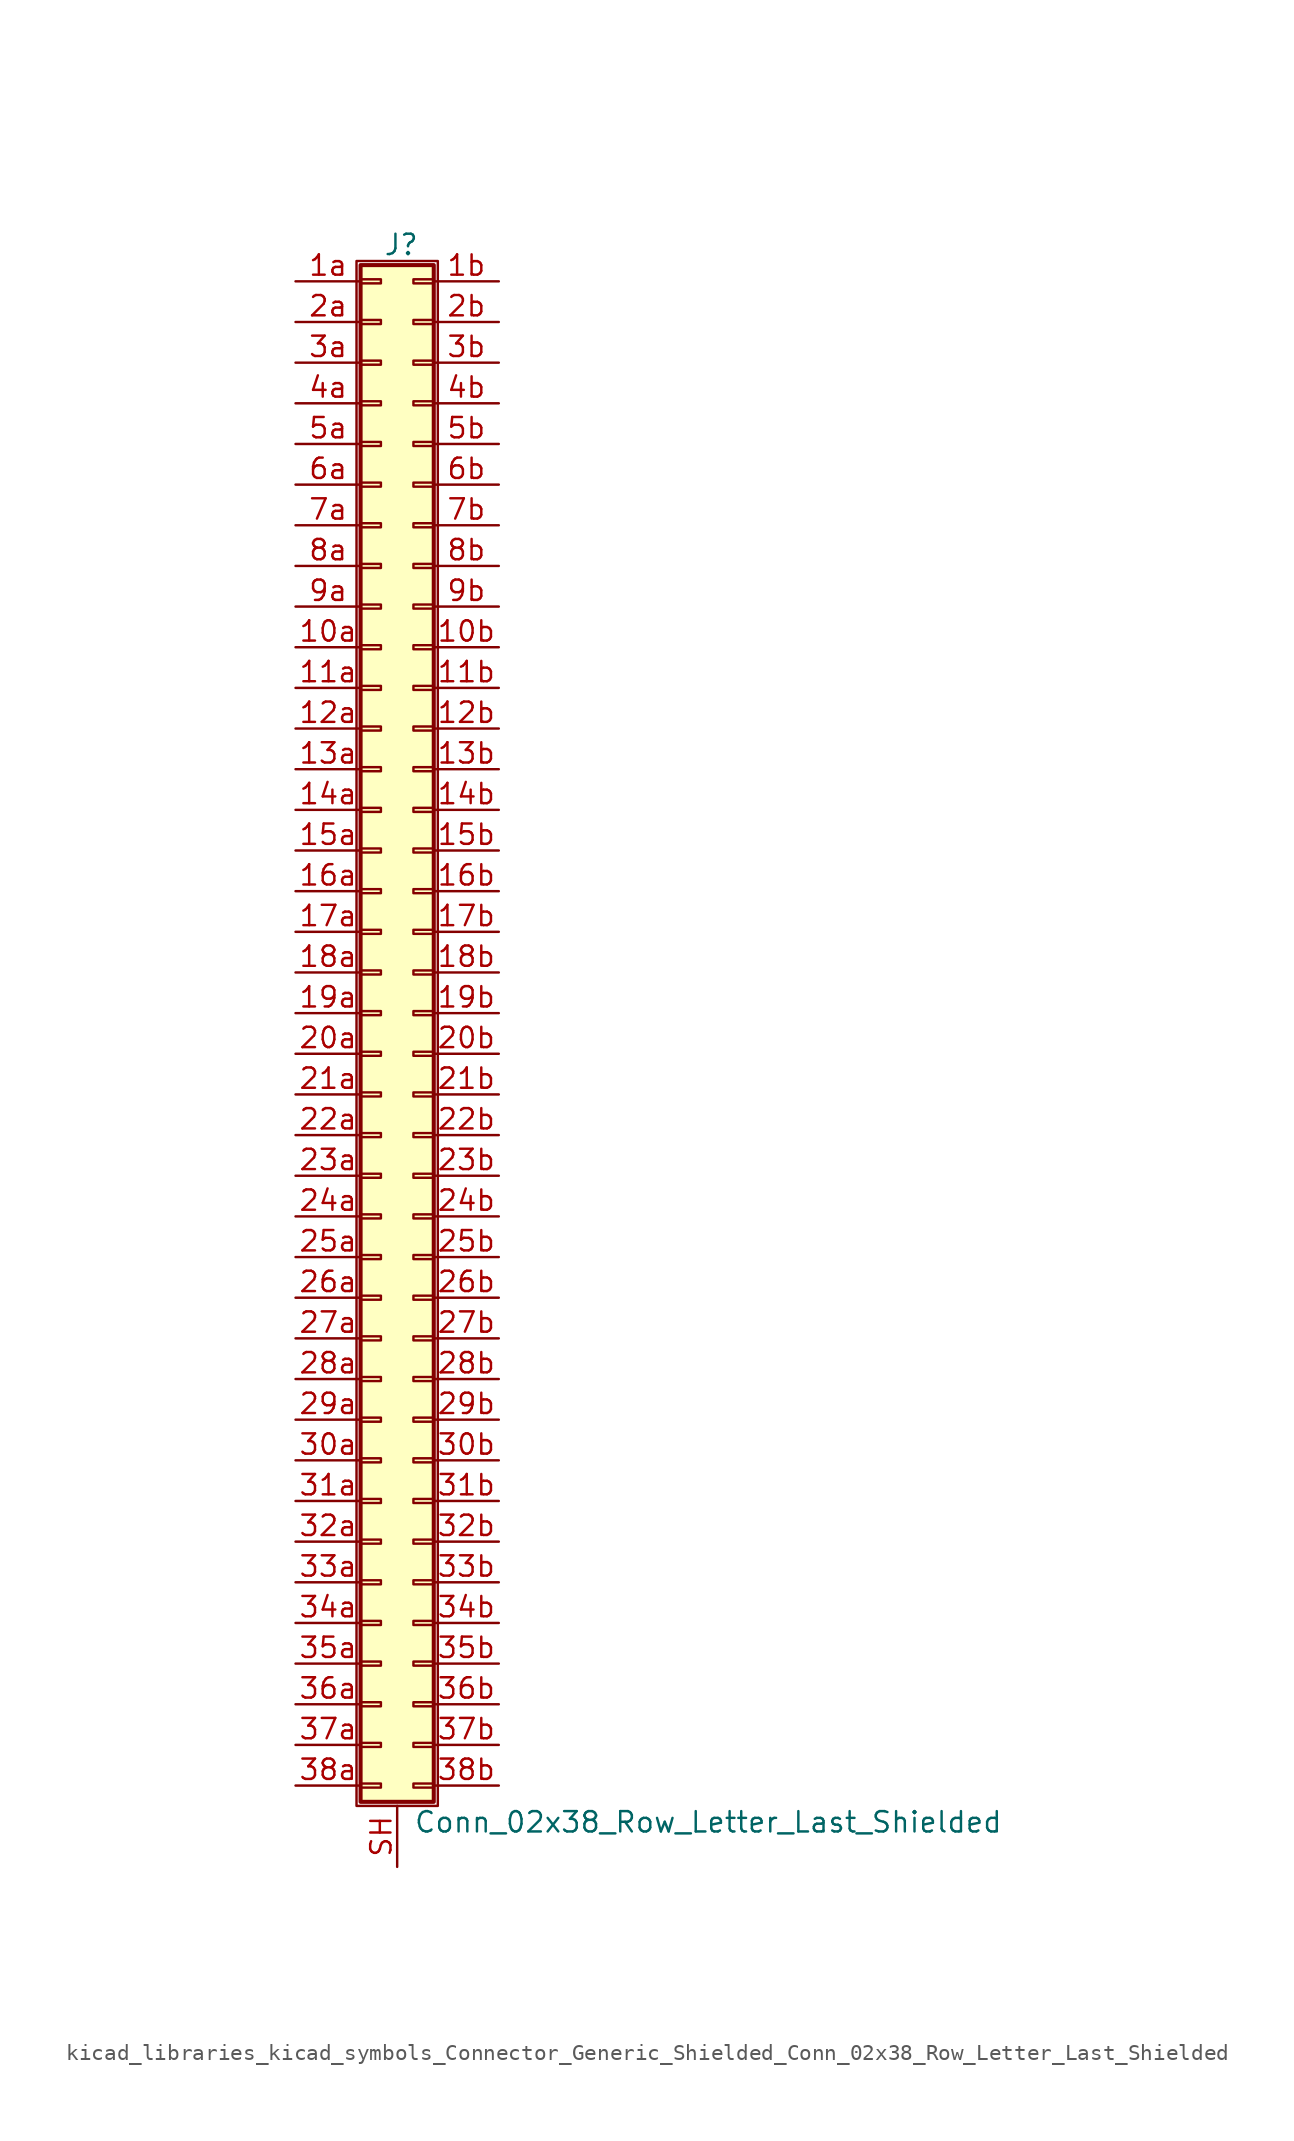
<source format=kicad_sym>
(kicad_symbol_lib
  (version 20220914)
  (generator kicad_symbol_editor)
  (symbol "kicad_libraries_kicad_symbols_Connector_Generic_Shielded_Conn_02x38_Row_Letter_Last_Shielded"
    (pin_names
      (offset 1.016) hide)
    (property "Reference" "J"
      (at 1.524 48.006 0)
      (effects (font (size 1.27 1.27))))
    (property "Value" "Conn_02x38_Row_Letter_Last_Shielded"
      (at 2.286 -50.546 0)
      (effects (font (size 1.27 1.27)) (justify left)))
    (symbol "kicad_libraries_kicad_symbols_Connector_Generic_Shielded_Conn_02x38_Row_Letter_Last_Shielded_1_1"
      (rectangle (start -1.27 46.99) (end 3.81 -49.53) (stroke (width 0.152) (type default)) (fill (type none)))
      (rectangle (start -1.016 -48.133) (end 0.254 -48.387) (stroke (width 0.152) (type default)) (fill (type none)))
      (rectangle (start -1.016 -45.593) (end 0.254 -45.847) (stroke (width 0.152) (type default)) (fill (type none)))
      (rectangle (start -1.016 -43.053) (end 0.254 -43.307) (stroke (width 0.152) (type default)) (fill (type none)))
      (rectangle (start -1.016 -40.513) (end 0.254 -40.767) (stroke (width 0.152) (type default)) (fill (type none)))
      (rectangle (start -1.016 -37.973) (end 0.254 -38.227) (stroke (width 0.152) (type default)) (fill (type none)))
      (rectangle (start -1.016 -35.433) (end 0.254 -35.687) (stroke (width 0.152) (type default)) (fill (type none)))
      (rectangle (start -1.016 -32.893) (end 0.254 -33.147) (stroke (width 0.152) (type default)) (fill (type none)))
      (rectangle (start -1.016 -30.353) (end 0.254 -30.607) (stroke (width 0.152) (type default)) (fill (type none)))
      (rectangle (start -1.016 -27.813) (end 0.254 -28.067) (stroke (width 0.152) (type default)) (fill (type none)))
      (rectangle (start -1.016 -25.273) (end 0.254 -25.527) (stroke (width 0.152) (type default)) (fill (type none)))
      (rectangle (start -1.016 -22.733) (end 0.254 -22.987) (stroke (width 0.152) (type default)) (fill (type none)))
      (rectangle (start -1.016 -20.193) (end 0.254 -20.447) (stroke (width 0.152) (type default)) (fill (type none)))
      (rectangle (start -1.016 -17.653) (end 0.254 -17.907) (stroke (width 0.152) (type default)) (fill (type none)))
      (rectangle (start -1.016 -15.113) (end 0.254 -15.367) (stroke (width 0.152) (type default)) (fill (type none)))
      (rectangle (start -1.016 -12.573) (end 0.254 -12.827) (stroke (width 0.152) (type default)) (fill (type none)))
      (rectangle (start -1.016 -10.033) (end 0.254 -10.287) (stroke (width 0.152) (type default)) (fill (type none)))
      (rectangle (start -1.016 -7.493) (end 0.254 -7.747) (stroke (width 0.152) (type default)) (fill (type none)))
      (rectangle (start -1.016 -4.953) (end 0.254 -5.207) (stroke (width 0.152) (type default)) (fill (type none)))
      (rectangle (start -1.016 -2.413) (end 0.254 -2.667) (stroke (width 0.152) (type default)) (fill (type none)))
      (rectangle (start -1.016 0.127) (end 0.254 -0.127) (stroke (width 0.152) (type default)) (fill (type none)))
      (rectangle (start -1.016 2.667) (end 0.254 2.413) (stroke (width 0.152) (type default)) (fill (type none)))
      (rectangle (start -1.016 5.207) (end 0.254 4.953) (stroke (width 0.152) (type default)) (fill (type none)))
      (rectangle (start -1.016 7.747) (end 0.254 7.493) (stroke (width 0.152) (type default)) (fill (type none)))
      (rectangle (start -1.016 10.287) (end 0.254 10.033) (stroke (width 0.152) (type default)) (fill (type none)))
      (rectangle (start -1.016 12.827) (end 0.254 12.573) (stroke (width 0.152) (type default)) (fill (type none)))
      (rectangle (start -1.016 15.367) (end 0.254 15.113) (stroke (width 0.152) (type default)) (fill (type none)))
      (rectangle (start -1.016 17.907) (end 0.254 17.653) (stroke (width 0.152) (type default)) (fill (type none)))
      (rectangle (start -1.016 20.447) (end 0.254 20.193) (stroke (width 0.152) (type default)) (fill (type none)))
      (rectangle (start -1.016 22.987) (end 0.254 22.733) (stroke (width 0.152) (type default)) (fill (type none)))
      (rectangle (start -1.016 25.527) (end 0.254 25.273) (stroke (width 0.152) (type default)) (fill (type none)))
      (rectangle (start -1.016 28.067) (end 0.254 27.813) (stroke (width 0.152) (type default)) (fill (type none)))
      (rectangle (start -1.016 30.607) (end 0.254 30.353) (stroke (width 0.152) (type default)) (fill (type none)))
      (rectangle (start -1.016 33.147) (end 0.254 32.893) (stroke (width 0.152) (type default)) (fill (type none)))
      (rectangle (start -1.016 35.687) (end 0.254 35.433) (stroke (width 0.152) (type default)) (fill (type none)))
      (rectangle (start -1.016 38.227) (end 0.254 37.973) (stroke (width 0.152) (type default)) (fill (type none)))
      (rectangle (start -1.016 40.767) (end 0.254 40.513) (stroke (width 0.152) (type default)) (fill (type none)))
      (rectangle (start -1.016 43.307) (end 0.254 43.053) (stroke (width 0.152) (type default)) (fill (type none)))
      (rectangle (start -1.016 45.847) (end 0.254 45.593) (stroke (width 0.152) (type default)) (fill (type none)))
      (rectangle (start -1.016 46.736) (end 3.556 -49.276) (stroke (width 0.254) (type default)) (fill (type background)))
      (rectangle (start 3.556 -48.133) (end 2.286 -48.387) (stroke (width 0.152) (type default)) (fill (type none)))
      (rectangle (start 3.556 -45.593) (end 2.286 -45.847) (stroke (width 0.152) (type default)) (fill (type none)))
      (rectangle (start 3.556 -43.053) (end 2.286 -43.307) (stroke (width 0.152) (type default)) (fill (type none)))
      (rectangle (start 3.556 -40.513) (end 2.286 -40.767) (stroke (width 0.152) (type default)) (fill (type none)))
      (rectangle (start 3.556 -37.973) (end 2.286 -38.227) (stroke (width 0.152) (type default)) (fill (type none)))
      (rectangle (start 3.556 -35.433) (end 2.286 -35.687) (stroke (width 0.152) (type default)) (fill (type none)))
      (rectangle (start 3.556 -32.893) (end 2.286 -33.147) (stroke (width 0.152) (type default)) (fill (type none)))
      (rectangle (start 3.556 -30.353) (end 2.286 -30.607) (stroke (width 0.152) (type default)) (fill (type none)))
      (rectangle (start 3.556 -27.813) (end 2.286 -28.067) (stroke (width 0.152) (type default)) (fill (type none)))
      (rectangle (start 3.556 -25.273) (end 2.286 -25.527) (stroke (width 0.152) (type default)) (fill (type none)))
      (rectangle (start 3.556 -22.733) (end 2.286 -22.987) (stroke (width 0.152) (type default)) (fill (type none)))
      (rectangle (start 3.556 -20.193) (end 2.286 -20.447) (stroke (width 0.152) (type default)) (fill (type none)))
      (rectangle (start 3.556 -17.653) (end 2.286 -17.907) (stroke (width 0.152) (type default)) (fill (type none)))
      (rectangle (start 3.556 -15.113) (end 2.286 -15.367) (stroke (width 0.152) (type default)) (fill (type none)))
      (rectangle (start 3.556 -12.573) (end 2.286 -12.827) (stroke (width 0.152) (type default)) (fill (type none)))
      (rectangle (start 3.556 -10.033) (end 2.286 -10.287) (stroke (width 0.152) (type default)) (fill (type none)))
      (rectangle (start 3.556 -7.493) (end 2.286 -7.747) (stroke (width 0.152) (type default)) (fill (type none)))
      (rectangle (start 3.556 -4.953) (end 2.286 -5.207) (stroke (width 0.152) (type default)) (fill (type none)))
      (rectangle (start 3.556 -2.413) (end 2.286 -2.667) (stroke (width 0.152) (type default)) (fill (type none)))
      (rectangle (start 3.556 0.127) (end 2.286 -0.127) (stroke (width 0.152) (type default)) (fill (type none)))
      (rectangle (start 3.556 2.667) (end 2.286 2.413) (stroke (width 0.152) (type default)) (fill (type none)))
      (rectangle (start 3.556 5.207) (end 2.286 4.953) (stroke (width 0.152) (type default)) (fill (type none)))
      (rectangle (start 3.556 7.747) (end 2.286 7.493) (stroke (width 0.152) (type default)) (fill (type none)))
      (rectangle (start 3.556 10.287) (end 2.286 10.033) (stroke (width 0.152) (type default)) (fill (type none)))
      (rectangle (start 3.556 12.827) (end 2.286 12.573) (stroke (width 0.152) (type default)) (fill (type none)))
      (rectangle (start 3.556 15.367) (end 2.286 15.113) (stroke (width 0.152) (type default)) (fill (type none)))
      (rectangle (start 3.556 17.907) (end 2.286 17.653) (stroke (width 0.152) (type default)) (fill (type none)))
      (rectangle (start 3.556 20.447) (end 2.286 20.193) (stroke (width 0.152) (type default)) (fill (type none)))
      (rectangle (start 3.556 22.987) (end 2.286 22.733) (stroke (width 0.152) (type default)) (fill (type none)))
      (rectangle (start 3.556 25.527) (end 2.286 25.273) (stroke (width 0.152) (type default)) (fill (type none)))
      (rectangle (start 3.556 28.067) (end 2.286 27.813) (stroke (width 0.152) (type default)) (fill (type none)))
      (rectangle (start 3.556 30.607) (end 2.286 30.353) (stroke (width 0.152) (type default)) (fill (type none)))
      (rectangle (start 3.556 33.147) (end 2.286 32.893) (stroke (width 0.152) (type default)) (fill (type none)))
      (rectangle (start 3.556 35.687) (end 2.286 35.433) (stroke (width 0.152) (type default)) (fill (type none)))
      (rectangle (start 3.556 38.227) (end 2.286 37.973) (stroke (width 0.152) (type default)) (fill (type none)))
      (rectangle (start 3.556 40.767) (end 2.286 40.513) (stroke (width 0.152) (type default)) (fill (type none)))
      (rectangle (start 3.556 43.307) (end 2.286 43.053) (stroke (width 0.152) (type default)) (fill (type none)))
      (rectangle (start 3.556 45.847) (end 2.286 45.593) (stroke (width 0.152) (type default)) (fill (type none)))
      (pin passive line (at -5.08 22.86 0) (length 4.064) (name "Pin_10a" (effects (font (size 1.27 1.27)))) (number "10a" (effects (font (size 1.27 1.27)))))
      (pin passive line (at 7.62 22.86 180) (length 4.064) (name "Pin_10b" (effects (font (size 1.27 1.27)))) (number "10b" (effects (font (size 1.27 1.27)))))
      (pin passive line (at -5.08 20.32 0) (length 4.064) (name "Pin_11a" (effects (font (size 1.27 1.27)))) (number "11a" (effects (font (size 1.27 1.27)))))
      (pin passive line (at 7.62 20.32 180) (length 4.064) (name "Pin_11b" (effects (font (size 1.27 1.27)))) (number "11b" (effects (font (size 1.27 1.27)))))
      (pin passive line (at -5.08 17.78 0) (length 4.064) (name "Pin_12a" (effects (font (size 1.27 1.27)))) (number "12a" (effects (font (size 1.27 1.27)))))
      (pin passive line (at 7.62 17.78 180) (length 4.064) (name "Pin_12b" (effects (font (size 1.27 1.27)))) (number "12b" (effects (font (size 1.27 1.27)))))
      (pin passive line (at -5.08 15.24 0) (length 4.064) (name "Pin_13a" (effects (font (size 1.27 1.27)))) (number "13a" (effects (font (size 1.27 1.27)))))
      (pin passive line (at 7.62 15.24 180) (length 4.064) (name "Pin_13b" (effects (font (size 1.27 1.27)))) (number "13b" (effects (font (size 1.27 1.27)))))
      (pin passive line (at -5.08 12.7 0) (length 4.064) (name "Pin_14a" (effects (font (size 1.27 1.27)))) (number "14a" (effects (font (size 1.27 1.27)))))
      (pin passive line (at 7.62 12.7 180) (length 4.064) (name "Pin_14b" (effects (font (size 1.27 1.27)))) (number "14b" (effects (font (size 1.27 1.27)))))
      (pin passive line (at -5.08 10.16 0) (length 4.064) (name "Pin_15a" (effects (font (size 1.27 1.27)))) (number "15a" (effects (font (size 1.27 1.27)))))
      (pin passive line (at 7.62 10.16 180) (length 4.064) (name "Pin_15b" (effects (font (size 1.27 1.27)))) (number "15b" (effects (font (size 1.27 1.27)))))
      (pin passive line (at -5.08 7.62 0) (length 4.064) (name "Pin_16a" (effects (font (size 1.27 1.27)))) (number "16a" (effects (font (size 1.27 1.27)))))
      (pin passive line (at 7.62 7.62 180) (length 4.064) (name "Pin_16b" (effects (font (size 1.27 1.27)))) (number "16b" (effects (font (size 1.27 1.27)))))
      (pin passive line (at -5.08 5.08 0) (length 4.064) (name "Pin_17a" (effects (font (size 1.27 1.27)))) (number "17a" (effects (font (size 1.27 1.27)))))
      (pin passive line (at 7.62 5.08 180) (length 4.064) (name "Pin_17b" (effects (font (size 1.27 1.27)))) (number "17b" (effects (font (size 1.27 1.27)))))
      (pin passive line (at -5.08 2.54 0) (length 4.064) (name "Pin_18a" (effects (font (size 1.27 1.27)))) (number "18a" (effects (font (size 1.27 1.27)))))
      (pin passive line (at 7.62 2.54 180) (length 4.064) (name "Pin_18b" (effects (font (size 1.27 1.27)))) (number "18b" (effects (font (size 1.27 1.27)))))
      (pin passive line (at -5.08 0 0) (length 4.064) (name "Pin_19a" (effects (font (size 1.27 1.27)))) (number "19a" (effects (font (size 1.27 1.27)))))
      (pin passive line (at 7.62 0 180) (length 4.064) (name "Pin_19b" (effects (font (size 1.27 1.27)))) (number "19b" (effects (font (size 1.27 1.27)))))
      (pin passive line (at -5.08 45.72 0) (length 4.064) (name "Pin_1a" (effects (font (size 1.27 1.27)))) (number "1a" (effects (font (size 1.27 1.27)))))
      (pin passive line (at 7.62 45.72 180) (length 4.064) (name "Pin_1b" (effects (font (size 1.27 1.27)))) (number "1b" (effects (font (size 1.27 1.27)))))
      (pin passive line (at -5.08 -2.54 0) (length 4.064) (name "Pin_20a" (effects (font (size 1.27 1.27)))) (number "20a" (effects (font (size 1.27 1.27)))))
      (pin passive line (at 7.62 -2.54 180) (length 4.064) (name "Pin_20b" (effects (font (size 1.27 1.27)))) (number "20b" (effects (font (size 1.27 1.27)))))
      (pin passive line (at -5.08 -5.08 0) (length 4.064) (name "Pin_21a" (effects (font (size 1.27 1.27)))) (number "21a" (effects (font (size 1.27 1.27)))))
      (pin passive line (at 7.62 -5.08 180) (length 4.064) (name "Pin_21b" (effects (font (size 1.27 1.27)))) (number "21b" (effects (font (size 1.27 1.27)))))
      (pin passive line (at -5.08 -7.62 0) (length 4.064) (name "Pin_22a" (effects (font (size 1.27 1.27)))) (number "22a" (effects (font (size 1.27 1.27)))))
      (pin passive line (at 7.62 -7.62 180) (length 4.064) (name "Pin_22b" (effects (font (size 1.27 1.27)))) (number "22b" (effects (font (size 1.27 1.27)))))
      (pin passive line (at -5.08 -10.16 0) (length 4.064) (name "Pin_23a" (effects (font (size 1.27 1.27)))) (number "23a" (effects (font (size 1.27 1.27)))))
      (pin passive line (at 7.62 -10.16 180) (length 4.064) (name "Pin_23b" (effects (font (size 1.27 1.27)))) (number "23b" (effects (font (size 1.27 1.27)))))
      (pin passive line (at -5.08 -12.7 0) (length 4.064) (name "Pin_24a" (effects (font (size 1.27 1.27)))) (number "24a" (effects (font (size 1.27 1.27)))))
      (pin passive line (at 7.62 -12.7 180) (length 4.064) (name "Pin_24b" (effects (font (size 1.27 1.27)))) (number "24b" (effects (font (size 1.27 1.27)))))
      (pin passive line (at -5.08 -15.24 0) (length 4.064) (name "Pin_25a" (effects (font (size 1.27 1.27)))) (number "25a" (effects (font (size 1.27 1.27)))))
      (pin passive line (at 7.62 -15.24 180) (length 4.064) (name "Pin_25b" (effects (font (size 1.27 1.27)))) (number "25b" (effects (font (size 1.27 1.27)))))
      (pin passive line (at -5.08 -17.78 0) (length 4.064) (name "Pin_26a" (effects (font (size 1.27 1.27)))) (number "26a" (effects (font (size 1.27 1.27)))))
      (pin passive line (at 7.62 -17.78 180) (length 4.064) (name "Pin_26b" (effects (font (size 1.27 1.27)))) (number "26b" (effects (font (size 1.27 1.27)))))
      (pin passive line (at -5.08 -20.32 0) (length 4.064) (name "Pin_27a" (effects (font (size 1.27 1.27)))) (number "27a" (effects (font (size 1.27 1.27)))))
      (pin passive line (at 7.62 -20.32 180) (length 4.064) (name "Pin_27b" (effects (font (size 1.27 1.27)))) (number "27b" (effects (font (size 1.27 1.27)))))
      (pin passive line (at -5.08 -22.86 0) (length 4.064) (name "Pin_28a" (effects (font (size 1.27 1.27)))) (number "28a" (effects (font (size 1.27 1.27)))))
      (pin passive line (at 7.62 -22.86 180) (length 4.064) (name "Pin_28b" (effects (font (size 1.27 1.27)))) (number "28b" (effects (font (size 1.27 1.27)))))
      (pin passive line (at -5.08 -25.4 0) (length 4.064) (name "Pin_29a" (effects (font (size 1.27 1.27)))) (number "29a" (effects (font (size 1.27 1.27)))))
      (pin passive line (at 7.62 -25.4 180) (length 4.064) (name "Pin_29b" (effects (font (size 1.27 1.27)))) (number "29b" (effects (font (size 1.27 1.27)))))
      (pin passive line (at -5.08 43.18 0) (length 4.064) (name "Pin_2a" (effects (font (size 1.27 1.27)))) (number "2a" (effects (font (size 1.27 1.27)))))
      (pin passive line (at 7.62 43.18 180) (length 4.064) (name "Pin_2b" (effects (font (size 1.27 1.27)))) (number "2b" (effects (font (size 1.27 1.27)))))
      (pin passive line (at -5.08 -27.94 0) (length 4.064) (name "Pin_30a" (effects (font (size 1.27 1.27)))) (number "30a" (effects (font (size 1.27 1.27)))))
      (pin passive line (at 7.62 -27.94 180) (length 4.064) (name "Pin_30b" (effects (font (size 1.27 1.27)))) (number "30b" (effects (font (size 1.27 1.27)))))
      (pin passive line (at -5.08 -30.48 0) (length 4.064) (name "Pin_31a" (effects (font (size 1.27 1.27)))) (number "31a" (effects (font (size 1.27 1.27)))))
      (pin passive line (at 7.62 -30.48 180) (length 4.064) (name "Pin_31b" (effects (font (size 1.27 1.27)))) (number "31b" (effects (font (size 1.27 1.27)))))
      (pin passive line (at -5.08 -33.02 0) (length 4.064) (name "Pin_32a" (effects (font (size 1.27 1.27)))) (number "32a" (effects (font (size 1.27 1.27)))))
      (pin passive line (at 7.62 -33.02 180) (length 4.064) (name "Pin_32b" (effects (font (size 1.27 1.27)))) (number "32b" (effects (font (size 1.27 1.27)))))
      (pin passive line (at -5.08 -35.56 0) (length 4.064) (name "Pin_33a" (effects (font (size 1.27 1.27)))) (number "33a" (effects (font (size 1.27 1.27)))))
      (pin passive line (at 7.62 -35.56 180) (length 4.064) (name "Pin_33b" (effects (font (size 1.27 1.27)))) (number "33b" (effects (font (size 1.27 1.27)))))
      (pin passive line (at -5.08 -38.1 0) (length 4.064) (name "Pin_34a" (effects (font (size 1.27 1.27)))) (number "34a" (effects (font (size 1.27 1.27)))))
      (pin passive line (at 7.62 -38.1 180) (length 4.064) (name "Pin_34b" (effects (font (size 1.27 1.27)))) (number "34b" (effects (font (size 1.27 1.27)))))
      (pin passive line (at -5.08 -40.64 0) (length 4.064) (name "Pin_35a" (effects (font (size 1.27 1.27)))) (number "35a" (effects (font (size 1.27 1.27)))))
      (pin passive line (at 7.62 -40.64 180) (length 4.064) (name "Pin_35b" (effects (font (size 1.27 1.27)))) (number "35b" (effects (font (size 1.27 1.27)))))
      (pin passive line (at -5.08 -43.18 0) (length 4.064) (name "Pin_36a" (effects (font (size 1.27 1.27)))) (number "36a" (effects (font (size 1.27 1.27)))))
      (pin passive line (at 7.62 -43.18 180) (length 4.064) (name "Pin_36b" (effects (font (size 1.27 1.27)))) (number "36b" (effects (font (size 1.27 1.27)))))
      (pin passive line (at -5.08 -45.72 0) (length 4.064) (name "Pin_37a" (effects (font (size 1.27 1.27)))) (number "37a" (effects (font (size 1.27 1.27)))))
      (pin passive line (at 7.62 -45.72 180) (length 4.064) (name "Pin_37b" (effects (font (size 1.27 1.27)))) (number "37b" (effects (font (size 1.27 1.27)))))
      (pin passive line (at -5.08 -48.26 0) (length 4.064) (name "Pin_38a" (effects (font (size 1.27 1.27)))) (number "38a" (effects (font (size 1.27 1.27)))))
      (pin passive line (at 7.62 -48.26 180) (length 4.064) (name "Pin_38b" (effects (font (size 1.27 1.27)))) (number "38b" (effects (font (size 1.27 1.27)))))
      (pin passive line (at -5.08 40.64 0) (length 4.064) (name "Pin_3a" (effects (font (size 1.27 1.27)))) (number "3a" (effects (font (size 1.27 1.27)))))
      (pin passive line (at 7.62 40.64 180) (length 4.064) (name "Pin_3b" (effects (font (size 1.27 1.27)))) (number "3b" (effects (font (size 1.27 1.27)))))
      (pin passive line (at -5.08 38.1 0) (length 4.064) (name "Pin_4a" (effects (font (size 1.27 1.27)))) (number "4a" (effects (font (size 1.27 1.27)))))
      (pin passive line (at 7.62 38.1 180) (length 4.064) (name "Pin_4b" (effects (font (size 1.27 1.27)))) (number "4b" (effects (font (size 1.27 1.27)))))
      (pin passive line (at -5.08 35.56 0) (length 4.064) (name "Pin_5a" (effects (font (size 1.27 1.27)))) (number "5a" (effects (font (size 1.27 1.27)))))
      (pin passive line (at 7.62 35.56 180) (length 4.064) (name "Pin_5b" (effects (font (size 1.27 1.27)))) (number "5b" (effects (font (size 1.27 1.27)))))
      (pin passive line (at -5.08 33.02 0) (length 4.064) (name "Pin_6a" (effects (font (size 1.27 1.27)))) (number "6a" (effects (font (size 1.27 1.27)))))
      (pin passive line (at 7.62 33.02 180) (length 4.064) (name "Pin_6b" (effects (font (size 1.27 1.27)))) (number "6b" (effects (font (size 1.27 1.27)))))
      (pin passive line (at -5.08 30.48 0) (length 4.064) (name "Pin_7a" (effects (font (size 1.27 1.27)))) (number "7a" (effects (font (size 1.27 1.27)))))
      (pin passive line (at 7.62 30.48 180) (length 4.064) (name "Pin_7b" (effects (font (size 1.27 1.27)))) (number "7b" (effects (font (size 1.27 1.27)))))
      (pin passive line (at -5.08 27.94 0) (length 4.064) (name "Pin_8a" (effects (font (size 1.27 1.27)))) (number "8a" (effects (font (size 1.27 1.27)))))
      (pin passive line (at 7.62 27.94 180) (length 4.064) (name "Pin_8b" (effects (font (size 1.27 1.27)))) (number "8b" (effects (font (size 1.27 1.27)))))
      (pin passive line (at -5.08 25.4 0) (length 4.064) (name "Pin_9a" (effects (font (size 1.27 1.27)))) (number "9a" (effects (font (size 1.27 1.27)))))
      (pin passive line (at 7.62 25.4 180) (length 4.064) (name "Pin_9b" (effects (font (size 1.27 1.27)))) (number "9b" (effects (font (size 1.27 1.27)))))
      (pin passive line (at 1.27 -53.34 90) (length 3.81) (name "Shield" (effects (font (size 1.27 1.27)))) (number "SH" (effects (font (size 1.27 1.27))))))))
</source>
